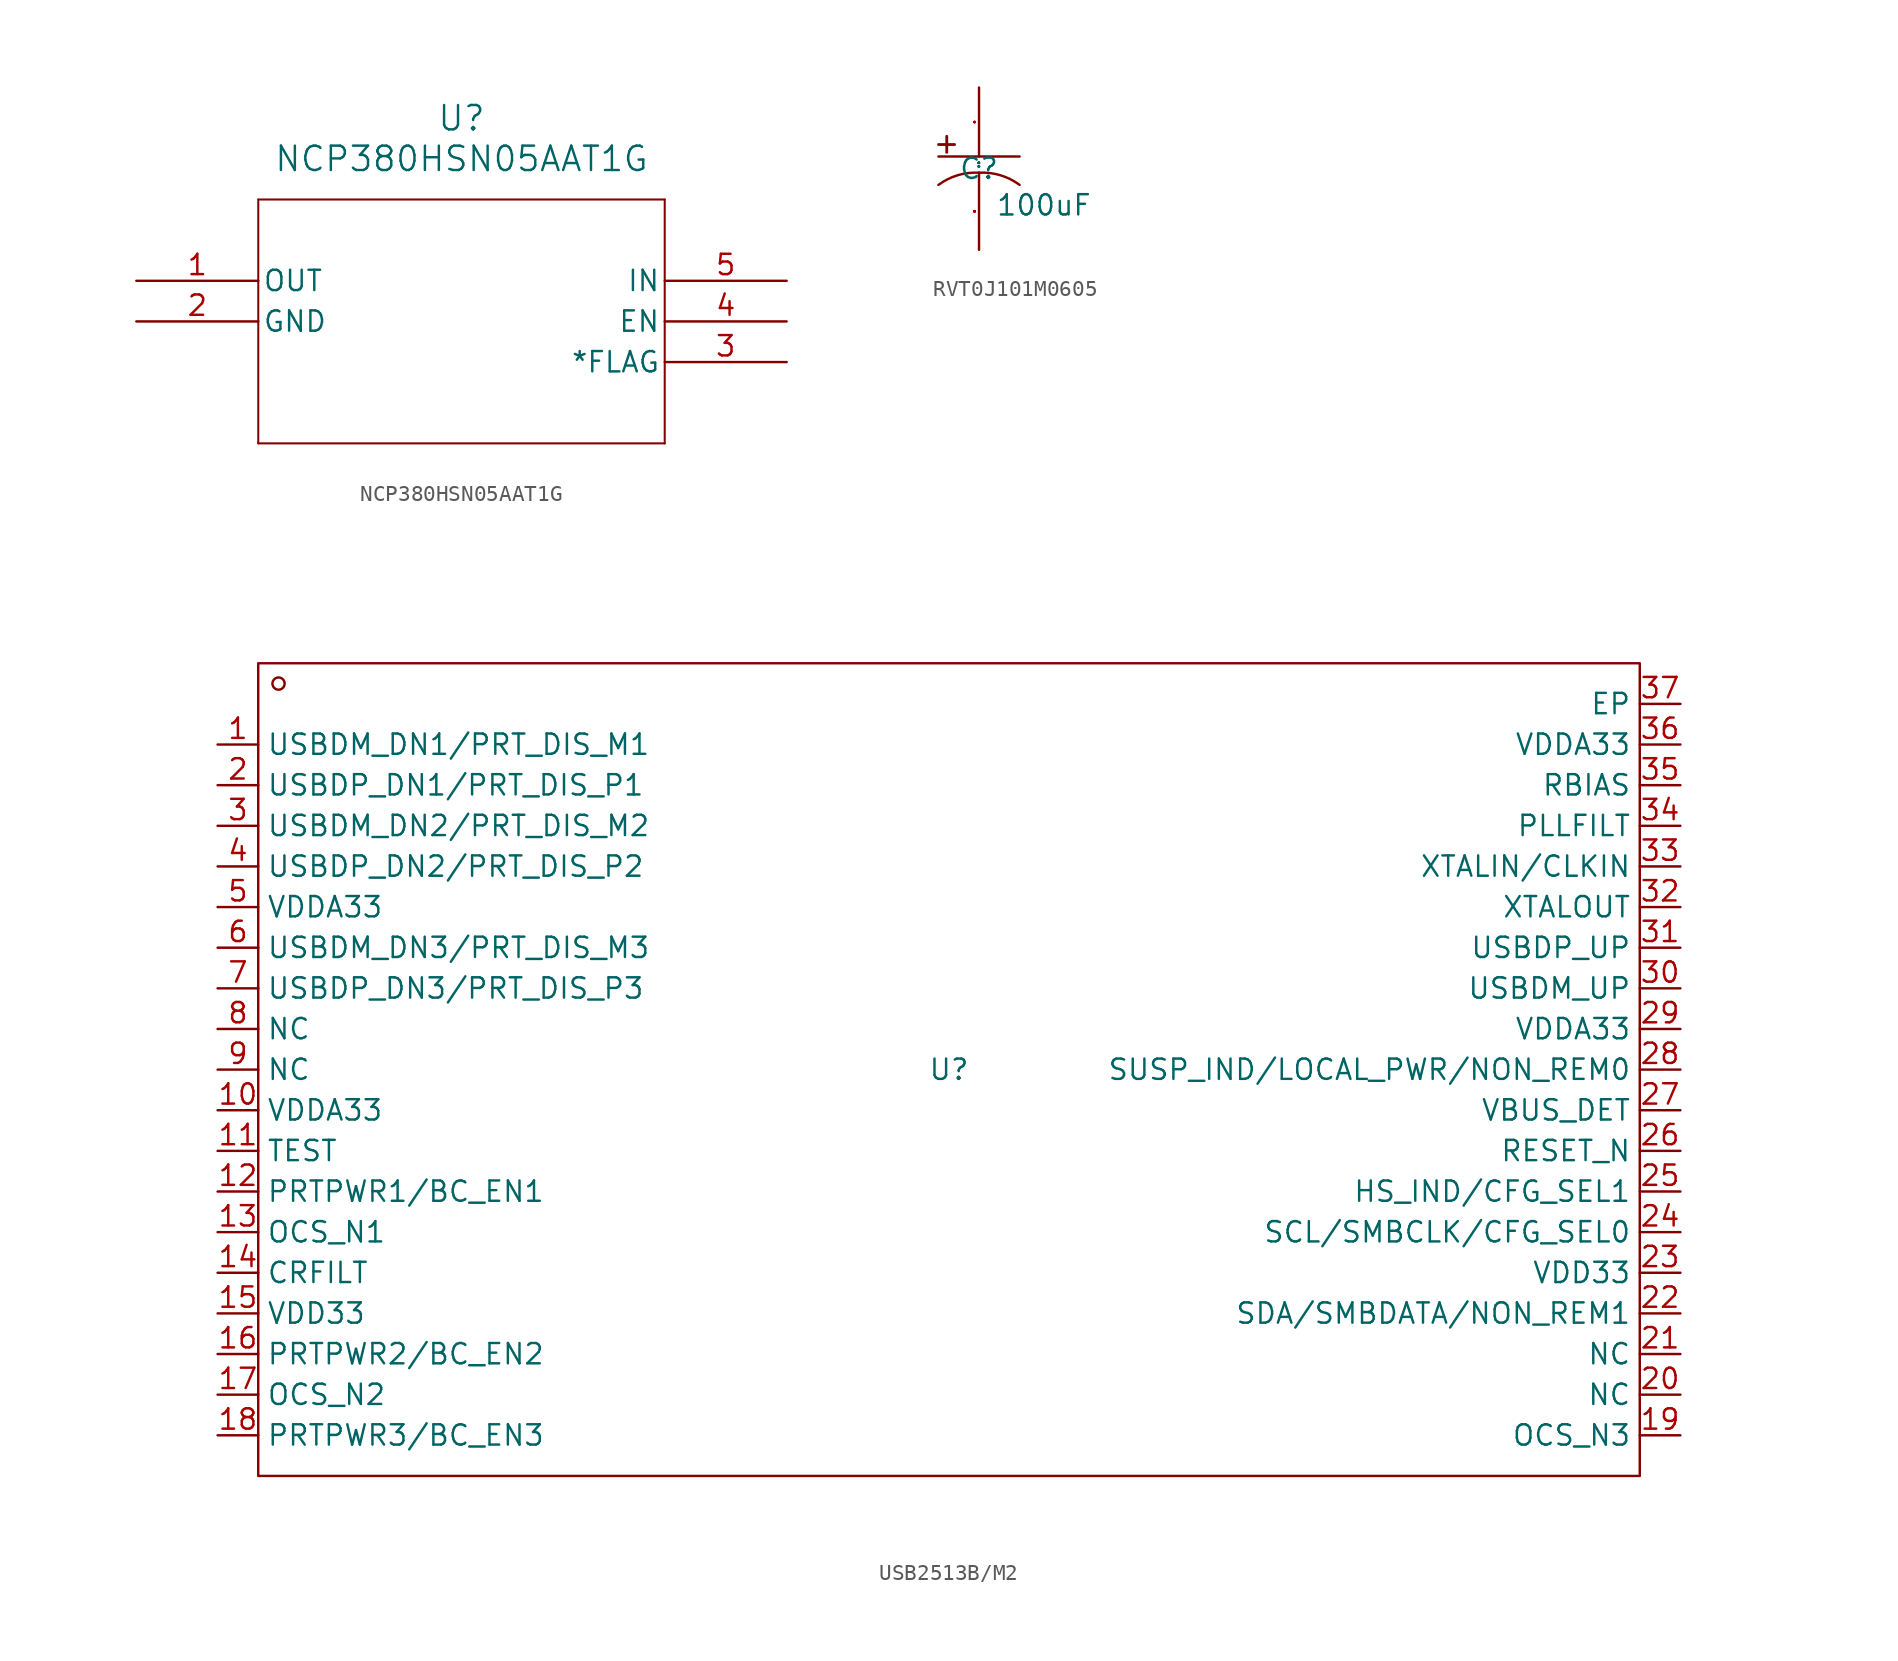
<source format=kicad_sym>
(kicad_symbol_lib
  (version 20241209)
  (generator "kicad_symbol_editor")
  (generator_version "9.0")
  (symbol "NCP380HSN05AAT1G"
    (pin_names
      (offset 0.254))
    (property "Reference" "U"
      (at 20.32 10.16 0)
      (effects (font (size 1.524 1.524))))
    (property "Value" "NCP380HSN05AAT1G"
      (at 20.32 7.62 0)
      (effects (font (size 1.524 1.524))))
    (property "ki_locked" ""
      (at 0 0 0)
      (effects (font (size 1.27 1.27))))
    (symbol "NCP380HSN05AAT1G_0_1"
      (polyline (pts (xy 7.62 5.08) (xy 7.62 -10.16)) (stroke (width 0.127) (type default)) (fill (type none)))
      (polyline (pts (xy 7.62 -10.16) (xy 33.02 -10.16)) (stroke (width 0.127) (type default)) (fill (type none)))
      (polyline (pts (xy 33.02 5.08) (xy 7.62 5.08)) (stroke (width 0.127) (type default)) (fill (type none)))
      (polyline (pts (xy 33.02 -10.16) (xy 33.02 5.08)) (stroke (width 0.127) (type default)) (fill (type none)))
      (pin output line (at 0 0 0) (length 7.62) (name "OUT" (effects (font (size 1.27 1.27)))) (number "1" (effects (font (size 1.27 1.27)))))
      (pin power_in line (at 0 -2.54 0) (length 7.62) (name "GND" (effects (font (size 1.27 1.27)))) (number "2" (effects (font (size 1.27 1.27)))))
      (pin input line (at 40.64 0 180) (length 7.62) (name "IN" (effects (font (size 1.27 1.27)))) (number "5" (effects (font (size 1.27 1.27)))))
      (pin input line (at 40.64 -2.54 180) (length 7.62) (name "EN" (effects (font (size 1.27 1.27)))) (number "4" (effects (font (size 1.27 1.27)))))
      (pin output line (at 40.64 -5.08 180) (length 7.62) (name "*FLAG" (effects (font (size 1.27 1.27)))) (number "3" (effects (font (size 1.27 1.27)))))))
  (symbol "RVT0J101M0605"
    (property "Reference" "C"
      (at 0 0 0)
      (effects (font (size 1.27 1.27))))
    (property "Value" "100uF"
      (at 4.064 -2.286 0)
      (effects (font (size 1.27 1.27))))
    (symbol "RVT0J101M0605_1_0"
      (rectangle (start -2.54 1.524) (end -1.524 1.499) (stroke (width 0) (type default)) (fill (type none)))
      (polyline (pts (xy -2.54 0.762) (xy 2.54 0.762)) (stroke (width 0) (type default)) (fill (type none)))
      (rectangle (start -2.032 2.032) (end -2.007 1.016) (stroke (width 0) (type default)) (fill (type none)))
      (arc (start -2.54 -1.016) (mid -1.3208 -0.4064) (end 0 -0.254) (stroke (width 0) (type default)) (fill (type none)))
      (arc (start 0 -0.254) (mid 1.3208 -0.4064) (end 2.54 -1.016) (stroke (width 0) (type default)) (fill (type none)))
      (pin unspecified line (at 0 5.08 270) (length 4.318) (name "1" (effects (font (size 0.025 0.025)))) (number "1" (effects (font (size 0.025 0.025)))))
      (pin unspecified line (at 0 -5.08 90) (length 4.826) (name "2" (effects (font (size 0.025 0.025)))) (number "2" (effects (font (size 0.025 0.025)))))))
  (symbol "USB2513B/M2"
    (property "Reference" "U"
      (at 0 0 0)
      (effects (font (size 1.27 1.27))))
    (property "Value" ""
      (at 0 0 0)
      (effects (font (size 1.27 1.27))))
    (symbol "USB2513B/M2_1_0"
      (rectangle (start -43.18 -25.4) (end 43.18 25.4) (stroke (width 0) (type default)) (fill (type none)))
      (circle (center -41.91 24.13) (radius 0.381) (stroke (width 0) (type default)) (fill (type none)))
      (pin unspecified line (at -45.72 20.32 0) (length 2.54) (name "USBDM_DN1/PRT_DIS_M1" (effects (font (size 1.27 1.27)))) (number "1" (effects (font (size 1.27 1.27)))))
      (pin unspecified line (at -45.72 17.78 0) (length 2.54) (name "USBDP_DN1/PRT_DIS_P1" (effects (font (size 1.27 1.27)))) (number "2" (effects (font (size 1.27 1.27)))))
      (pin unspecified line (at -45.72 15.24 0) (length 2.54) (name "USBDM_DN2/PRT_DIS_M2" (effects (font (size 1.27 1.27)))) (number "3" (effects (font (size 1.27 1.27)))))
      (pin unspecified line (at -45.72 12.7 0) (length 2.54) (name "USBDP_DN2/PRT_DIS_P2" (effects (font (size 1.27 1.27)))) (number "4" (effects (font (size 1.27 1.27)))))
      (pin unspecified line (at -45.72 10.16 0) (length 2.54) (name "VDDA33" (effects (font (size 1.27 1.27)))) (number "5" (effects (font (size 1.27 1.27)))))
      (pin unspecified line (at -45.72 7.62 0) (length 2.54) (name "USBDM_DN3/PRT_DIS_M3" (effects (font (size 1.27 1.27)))) (number "6" (effects (font (size 1.27 1.27)))))
      (pin unspecified line (at -45.72 5.08 0) (length 2.54) (name "USBDP_DN3/PRT_DIS_P3" (effects (font (size 1.27 1.27)))) (number "7" (effects (font (size 1.27 1.27)))))
      (pin unspecified line (at -45.72 2.54 0) (length 2.54) (name "NC" (effects (font (size 1.27 1.27)))) (number "8" (effects (font (size 1.27 1.27)))))
      (pin unspecified line (at -45.72 0 0) (length 2.54) (name "NC" (effects (font (size 1.27 1.27)))) (number "9" (effects (font (size 1.27 1.27)))))
      (pin unspecified line (at -45.72 -2.54 0) (length 2.54) (name "VDDA33" (effects (font (size 1.27 1.27)))) (number "10" (effects (font (size 1.27 1.27)))))
      (pin unspecified line (at -45.72 -5.08 0) (length 2.54) (name "TEST" (effects (font (size 1.27 1.27)))) (number "11" (effects (font (size 1.27 1.27)))))
      (pin unspecified line (at -45.72 -7.62 0) (length 2.54) (name "PRTPWR1/BC_EN1" (effects (font (size 1.27 1.27)))) (number "12" (effects (font (size 1.27 1.27)))))
      (pin unspecified line (at -45.72 -10.16 0) (length 2.54) (name "OCS_N1" (effects (font (size 1.27 1.27)))) (number "13" (effects (font (size 1.27 1.27)))))
      (pin unspecified line (at -45.72 -12.7 0) (length 2.54) (name "CRFILT" (effects (font (size 1.27 1.27)))) (number "14" (effects (font (size 1.27 1.27)))))
      (pin unspecified line (at -45.72 -15.24 0) (length 2.54) (name "VDD33" (effects (font (size 1.27 1.27)))) (number "15" (effects (font (size 1.27 1.27)))))
      (pin unspecified line (at -45.72 -17.78 0) (length 2.54) (name "PRTPWR2/BC_EN2" (effects (font (size 1.27 1.27)))) (number "16" (effects (font (size 1.27 1.27)))))
      (pin unspecified line (at -45.72 -20.32 0) (length 2.54) (name "OCS_N2" (effects (font (size 1.27 1.27)))) (number "17" (effects (font (size 1.27 1.27)))))
      (pin unspecified line (at -45.72 -22.86 0) (length 2.54) (name "PRTPWR3/BC_EN3" (effects (font (size 1.27 1.27)))) (number "18" (effects (font (size 1.27 1.27)))))
      (pin unspecified line (at 45.72 22.86 180) (length 2.54) (name "EP" (effects (font (size 1.27 1.27)))) (number "37" (effects (font (size 1.27 1.27)))))
      (pin unspecified line (at 45.72 20.32 180) (length 2.54) (name "VDDA33" (effects (font (size 1.27 1.27)))) (number "36" (effects (font (size 1.27 1.27)))))
      (pin unspecified line (at 45.72 17.78 180) (length 2.54) (name "RBIAS" (effects (font (size 1.27 1.27)))) (number "35" (effects (font (size 1.27 1.27)))))
      (pin unspecified line (at 45.72 15.24 180) (length 2.54) (name "PLLFILT" (effects (font (size 1.27 1.27)))) (number "34" (effects (font (size 1.27 1.27)))))
      (pin unspecified line (at 45.72 12.7 180) (length 2.54) (name "XTALIN/CLKIN" (effects (font (size 1.27 1.27)))) (number "33" (effects (font (size 1.27 1.27)))))
      (pin unspecified line (at 45.72 10.16 180) (length 2.54) (name "XTALOUT" (effects (font (size 1.27 1.27)))) (number "32" (effects (font (size 1.27 1.27)))))
      (pin unspecified line (at 45.72 7.62 180) (length 2.54) (name "USBDP_UP" (effects (font (size 1.27 1.27)))) (number "31" (effects (font (size 1.27 1.27)))))
      (pin unspecified line (at 45.72 5.08 180) (length 2.54) (name "USBDM_UP" (effects (font (size 1.27 1.27)))) (number "30" (effects (font (size 1.27 1.27)))))
      (pin unspecified line (at 45.72 2.54 180) (length 2.54) (name "VDDA33" (effects (font (size 1.27 1.27)))) (number "29" (effects (font (size 1.27 1.27)))))
      (pin unspecified line (at 45.72 0 180) (length 2.54) (name "SUSP_IND/LOCAL_PWR/NON_REM0" (effects (font (size 1.27 1.27)))) (number "28" (effects (font (size 1.27 1.27)))))
      (pin unspecified line (at 45.72 -2.54 180) (length 2.54) (name "VBUS_DET" (effects (font (size 1.27 1.27)))) (number "27" (effects (font (size 1.27 1.27)))))
      (pin unspecified line (at 45.72 -5.08 180) (length 2.54) (name "RESET_N" (effects (font (size 1.27 1.27)))) (number "26" (effects (font (size 1.27 1.27)))))
      (pin unspecified line (at 45.72 -7.62 180) (length 2.54) (name "HS_IND/CFG_SEL1" (effects (font (size 1.27 1.27)))) (number "25" (effects (font (size 1.27 1.27)))))
      (pin unspecified line (at 45.72 -10.16 180) (length 2.54) (name "SCL/SMBCLK/CFG_SEL0" (effects (font (size 1.27 1.27)))) (number "24" (effects (font (size 1.27 1.27)))))
      (pin unspecified line (at 45.72 -12.7 180) (length 2.54) (name "VDD33" (effects (font (size 1.27 1.27)))) (number "23" (effects (font (size 1.27 1.27)))))
      (pin unspecified line (at 45.72 -15.24 180) (length 2.54) (name "SDA/SMBDATA/NON_REM1" (effects (font (size 1.27 1.27)))) (number "22" (effects (font (size 1.27 1.27)))))
      (pin unspecified line (at 45.72 -17.78 180) (length 2.54) (name "NC" (effects (font (size 1.27 1.27)))) (number "21" (effects (font (size 1.27 1.27)))))
      (pin unspecified line (at 45.72 -20.32 180) (length 2.54) (name "NC" (effects (font (size 1.27 1.27)))) (number "20" (effects (font (size 1.27 1.27)))))
      (pin unspecified line (at 45.72 -22.86 180) (length 2.54) (name "OCS_N3" (effects (font (size 1.27 1.27)))) (number "19" (effects (font (size 1.27 1.27))))))))
</source>
